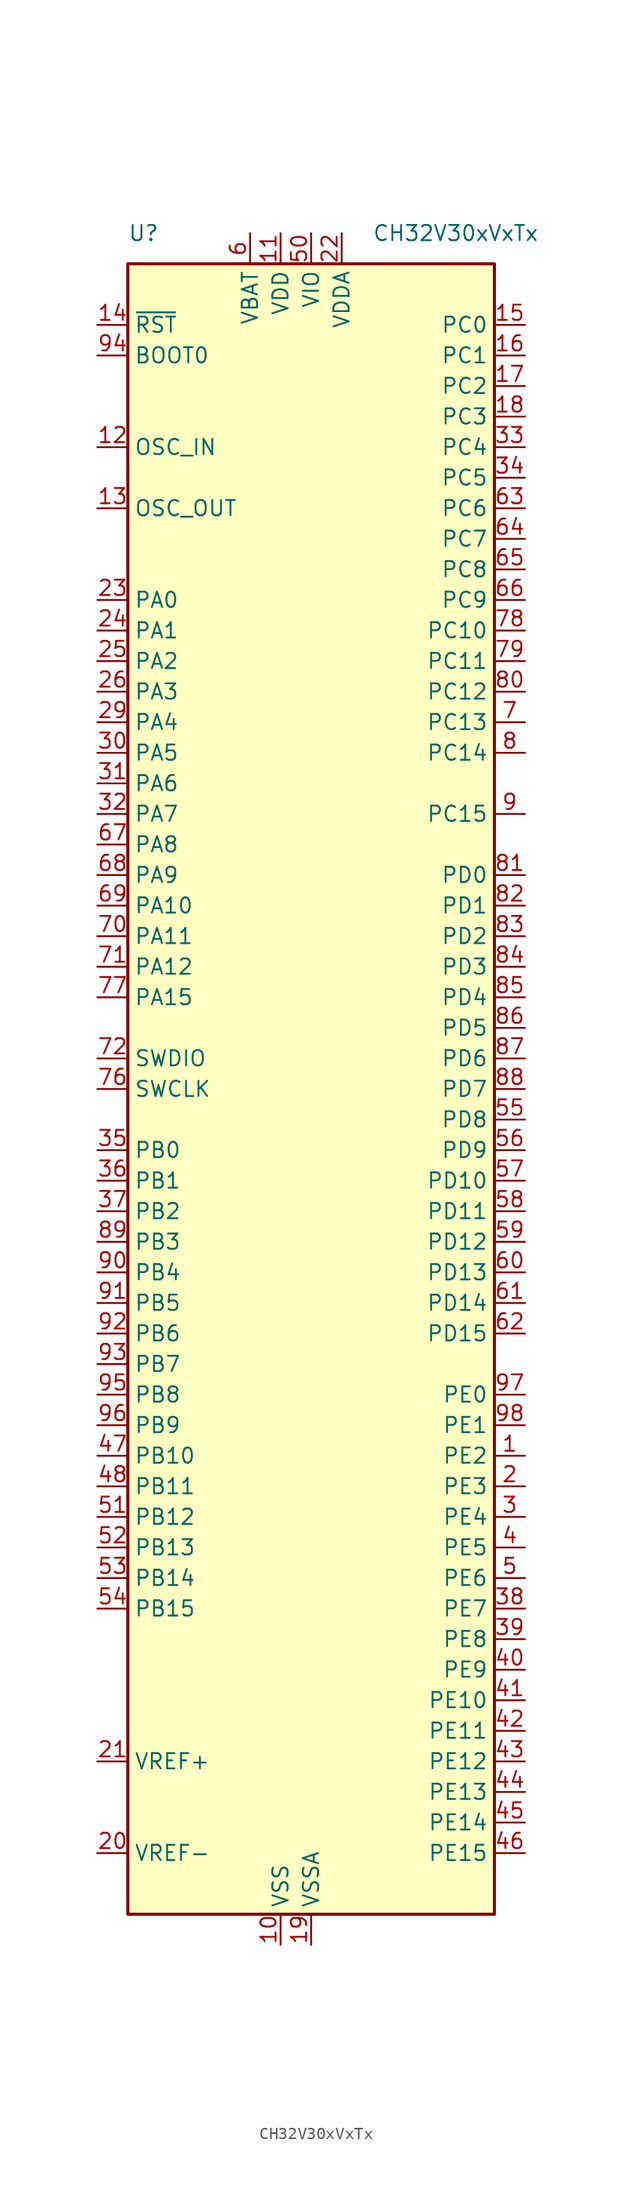
<source format=kicad_sym>
(kicad_symbol_lib
  (version 20241209)
  (generator "kicad_symbol_editor")
  (generator_version "9.0")
  (symbol "CH32V30xVxTx"
    (property "Reference" "U"
      (at -15.24 71.12 0)
      (effects (font (size 1.27 1.27)) (justify left)))
    (property "Value" "CH32V30xVxTx"
      (at 5.08 71.12 0)
      (effects (font (size 1.27 1.27)) (justify left)))
    (symbol "CH32V30xVxTx_0_0"
      (pin bidirectional line (at -17.78 53.34 0) (length 2.54) (name "OSC_IN" (effects (font (size 1.27 1.27)))) (number "12" (effects (font (size 1.27 1.27)))))
      (pin bidirectional line (at -17.78 48.26 0) (length 2.54) (name "OSC_OUT" (effects (font (size 1.27 1.27)))) (number "13" (effects (font (size 1.27 1.27)))))
      (pin input line (at -17.78 -55.88 0) (length 2.54) (name "VREF+" (effects (font (size 1.27 1.27)))) (number "21" (effects (font (size 1.27 1.27)))))
      (pin input line (at -17.78 -63.5 0) (length 2.54) (name "VREF-" (effects (font (size 1.27 1.27)))) (number "20" (effects (font (size 1.27 1.27)))))
      (pin power_in line (at -5.08 71.12 270) (length 2.54) (name "VBAT" (effects (font (size 1.27 1.27)))) (number "6" (effects (font (size 1.27 1.27)))))
      (pin power_in line (at -2.54 71.12 270) (length 2.54) (name "VDD" (effects (font (size 1.27 1.27)))) (number "11" (effects (font (size 1.27 1.27)))))
      (pin power_in line (at -2.54 -71.12 90) (length 2.54) (name "VSS" (effects (font (size 1.27 1.27)))) (number "10" (effects (font (size 1.27 1.27)))))
      (pin power_in line (at 0 71.12 270) (length 2.54) (name "VIO" (effects (font (size 1.27 1.27)))) (number "50" (effects (font (size 1.27 1.27)))))
      (pin power_in line (at 0 -71.12 90) (length 2.54) (name "VSSA" (effects (font (size 1.27 1.27)))) (number "19" (effects (font (size 1.27 1.27)))))
      (pin power_in line (at 2.54 71.12 270) (length 2.54) (name "VDDA" (effects (font (size 1.27 1.27)))) (number "22" (effects (font (size 1.27 1.27))))))
    (symbol "CH32V30xVxTx_1_0"
      (pin input line (at -17.78 63.5 0) (length 2.54) (name "~{RST}" (effects (font (size 1.27 1.27)))) (number "14" (effects (font (size 1.27 1.27)))))
      (pin input line (at -17.78 60.96 0) (length 2.54) (name "BOOT0" (effects (font (size 1.27 1.27)))) (number "94" (effects (font (size 1.27 1.27)))))
      (pin no_connect line (at -17.78 58.42 0) (length 2.54) (hide yes) (name "NC" (effects (font (size 1.27 1.27)))) (number "73" (effects (font (size 1.27 1.27)))))
      (pin bidirectional line (at -17.78 40.64 0) (length 2.54) (name "PA0" (effects (font (size 1.27 1.27)))) (number "23" (effects (font (size 1.27 1.27)))) (alternate "ADC_IN0" bidirectional line) (alternate "ETH_MII_CRS_WKUP" bidirectional line) (alternate "ETH_RGMII_RXD2" bidirectional line) (alternate "OPA4_OUT0" bidirectional line) (alternate "TIM2_CH1_ETR" bidirectional line) (alternate "TIM2_CH1_ETR_2" bidirectional line) (alternate "TIM5_CH1" bidirectional line) (alternate "TIM8_ETR" bidirectional line) (alternate "TIM8_ETR_1" bidirectional line) (alternate "USART2_CTS" bidirectional line) (alternate "WKUP" bidirectional line))
      (pin bidirectional line (at -17.78 38.1 0) (length 2.54) (name "PA1" (effects (font (size 1.27 1.27)))) (number "24" (effects (font (size 1.27 1.27)))) (alternate "ADC_IN1" bidirectional line) (alternate "ETH_MII_RX_CLK" bidirectional line) (alternate "ETH_RGMII_RXD3" bidirectional line) (alternate "ETH_RMII_REF_CLK" bidirectional line) (alternate "OPA3_OUT0" bidirectional line) (alternate "TIM2_CH2" bidirectional line) (alternate "TIM2_CH2_2" bidirectional line) (alternate "TIM5_CH2" bidirectional line) (alternate "TIM9_BKIN_1" bidirectional line) (alternate "USART2_RTS" bidirectional line))
      (pin bidirectional line (at -17.78 35.56 0) (length 2.54) (name "PA2" (effects (font (size 1.27 1.27)))) (number "25" (effects (font (size 1.27 1.27)))) (alternate "ADC_IN2" bidirectional line) (alternate "ETH_MII_MDIO" bidirectional line) (alternate "ETH_RGMII_GTXC" bidirectional line) (alternate "ETH_RMII_MDIO" bidirectional line) (alternate "OPA2_OUT0" bidirectional line) (alternate "TIM2_CH3" bidirectional line) (alternate "TIM2_CH3_1" bidirectional line) (alternate "TIM5_CH3" bidirectional line) (alternate "TIM9_CH1" bidirectional line) (alternate "TIM9_CH1_ETR_1" bidirectional line) (alternate "TIM9_ETR" bidirectional line) (alternate "USART2_TX" bidirectional line))
      (pin bidirectional line (at -17.78 33.02 0) (length 2.54) (name "PA3" (effects (font (size 1.27 1.27)))) (number "26" (effects (font (size 1.27 1.27)))) (alternate "ETH_MII_COL" bidirectional line) (alternate "ETH_RGMII_TXEN" bidirectional line) (alternate "OPA1_OUT0" bidirectional line) (alternate "TIM2_CH4" bidirectional line) (alternate "TIM2_CH4_1" bidirectional line) (alternate "TIM5_CH4" bidirectional line) (alternate "TIM9_CH2" bidirectional line) (alternate "TIM9_CH2_1" bidirectional line) (alternate "USART2_RX" bidirectional line))
      (pin bidirectional line (at -17.78 30.48 0) (length 2.54) (name "PA4" (effects (font (size 1.27 1.27)))) (number "29" (effects (font (size 1.27 1.27)))) (alternate "ADC_IN4" bidirectional line) (alternate "DAC_OUT1" bidirectional line) (alternate "DVP_HSYNC" bidirectional line) (alternate "I2S3_WS" bidirectional line) (alternate "SPI1_NSS" bidirectional line) (alternate "SPI3_NSS" bidirectional line) (alternate "TIM9_CH3" bidirectional line) (alternate "TIM9_CH3_1" bidirectional line) (alternate "USART2_CK" bidirectional line))
      (pin bidirectional line (at -17.78 27.94 0) (length 2.54) (name "PA5" (effects (font (size 1.27 1.27)))) (number "30" (effects (font (size 1.27 1.27)))) (alternate "ADC_IN5" bidirectional line) (alternate "DAC_OUT2" bidirectional line) (alternate "DVP_VSYNC" bidirectional line) (alternate "OPA2_CH1N" bidirectional line) (alternate "SPI1_SCK" bidirectional line) (alternate "TIM10_CH1N_1" bidirectional line) (alternate "USART1_CK_3" bidirectional line) (alternate "USART1_CTS_2" bidirectional line))
      (pin bidirectional line (at -17.78 25.4 0) (length 2.54) (name "PA6" (effects (font (size 1.27 1.27)))) (number "31" (effects (font (size 1.27 1.27)))) (alternate "ADC_IN6" bidirectional line) (alternate "DVP_PCLK" bidirectional line) (alternate "OPA1_CH1N" bidirectional line) (alternate "SPI1_MISO" bidirectional line) (alternate "TIM10_CH2N_1" bidirectional line) (alternate "TIM1_BKIN_1" bidirectional line) (alternate "TIM3_CH1" bidirectional line) (alternate "TIM8_BKIN" bidirectional line) (alternate "UART7_TX_1" bidirectional line) (alternate "USART1_TX_3" bidirectional line))
      (pin bidirectional line (at -17.78 22.86 0) (length 2.54) (name "PA7" (effects (font (size 1.27 1.27)))) (number "32" (effects (font (size 1.27 1.27)))) (alternate "ADC_IN7" bidirectional line) (alternate "ETH_MII_RX_DV" bidirectional line) (alternate "ETH_RGMII_TXD0" bidirectional line) (alternate "ETH_RMII_CRS_DV" bidirectional line) (alternate "OPA2_CH1P" bidirectional line) (alternate "SPI1_MOSI" bidirectional line) (alternate "TIM10_CH3N_1" bidirectional line) (alternate "TIM1_CH1N_1" bidirectional line) (alternate "TIM3_CH2" bidirectional line) (alternate "TIM8_CH1N" bidirectional line) (alternate "UART7_RX_1" bidirectional line) (alternate "USART1_RX_3" bidirectional line))
      (pin bidirectional line (at -17.78 20.32 0) (length 2.54) (name "PA8" (effects (font (size 1.27 1.27)))) (number "67" (effects (font (size 1.27 1.27)))) (alternate "MCO" bidirectional line) (alternate "TIM1_CH1" bidirectional line) (alternate "TIM1_CH1_1" bidirectional line) (alternate "USART1_CK" bidirectional line) (alternate "USART1_CK_1" bidirectional line) (alternate "USART1_RX_2" bidirectional line))
      (pin bidirectional line (at -17.78 17.78 0) (length 2.54) (name "PA9" (effects (font (size 1.27 1.27)))) (number "68" (effects (font (size 1.27 1.27)))) (alternate "DVP_D0" bidirectional line) (alternate "OTG_FS_VBUS" bidirectional line) (alternate "TIM1_CH2" bidirectional line) (alternate "TIM1_CH2_1" bidirectional line) (alternate "USART1_RTS_2" bidirectional line) (alternate "USART1_TX" bidirectional line))
      (pin bidirectional line (at -17.78 15.24 0) (length 2.54) (name "PA10" (effects (font (size 1.27 1.27)))) (number "69" (effects (font (size 1.27 1.27)))) (alternate "DVP_D1" bidirectional line) (alternate "OTG_FS_ID" bidirectional line) (alternate "TIM1_CH3" bidirectional line) (alternate "TIM1_CH3_1" bidirectional line) (alternate "USART1_CK_2" bidirectional line) (alternate "USART1_RX" bidirectional line))
      (pin bidirectional line (at -17.78 12.7 0) (length 2.54) (name "PA11" (effects (font (size 1.27 1.27)))) (number "70" (effects (font (size 1.27 1.27)))) (alternate "CAN1_RX" bidirectional line) (alternate "OTG_FS_DM" bidirectional line) (alternate "TIM1_CH4" bidirectional line) (alternate "TIM1_CH4_1" bidirectional line) (alternate "USART1_CTS" bidirectional line) (alternate "USART1_CTS_1" bidirectional line))
      (pin bidirectional line (at -17.78 10.16 0) (length 2.54) (name "PA12" (effects (font (size 1.27 1.27)))) (number "71" (effects (font (size 1.27 1.27)))) (alternate "CAN1_TX" bidirectional line) (alternate "OTG_FS_DP" bidirectional line) (alternate "TIM10_CH1N" bidirectional line) (alternate "TIM1_ETR" bidirectional line) (alternate "TIM1_ETR_1" bidirectional line) (alternate "USART1_RTS" bidirectional line) (alternate "USART1_RTS_1" bidirectional line))
      (pin bidirectional line (at -17.78 7.62 0) (length 2.54) (name "PA15" (effects (font (size 1.27 1.27)))) (number "77" (effects (font (size 1.27 1.27)))) (alternate "I2S3_WS" bidirectional line) (alternate "SPI1_NSS" bidirectional line) (alternate "SPI3_NSS" bidirectional line) (alternate "TIM2_CH1_ETR_1" bidirectional line) (alternate "TIM2_CH1_ETR_3" bidirectional line) (alternate "TIM8_CH3N_1" bidirectional line) (alternate "UART8_RX_1" bidirectional line))
      (pin bidirectional line (at -17.78 2.54 0) (length 2.54) (name "SWDIO" (effects (font (size 1.27 1.27)))) (number "72" (effects (font (size 1.27 1.27)))) (alternate "PA13" bidirectional line) (alternate "TIM10_CH2N" bidirectional line) (alternate "TIM8_CH1N_1" bidirectional line) (alternate "USART3_TX_2" bidirectional line))
      (pin bidirectional line (at -17.78 0 0) (length 2.54) (name "SWCLK" (effects (font (size 1.27 1.27)))) (number "76" (effects (font (size 1.27 1.27)))) (alternate "PA14" bidirectional line) (alternate "TIM10_CH3N" bidirectional line) (alternate "TIM8_CH2N_1" bidirectional line) (alternate "UART8_TX_1" bidirectional line) (alternate "USART3_RX_2" bidirectional line))
      (pin bidirectional line (at -17.78 -5.08 0) (length 2.54) (name "PB0" (effects (font (size 1.27 1.27)))) (number "35" (effects (font (size 1.27 1.27)))) (alternate "ADC_IN8" bidirectional line) (alternate "ETH_MII_RXD2" bidirectional line) (alternate "ETH_RGMII_TXD3" bidirectional line) (alternate "OPA_CH1P" bidirectional line) (alternate "TIM1_CH2N_1" bidirectional line) (alternate "TIM3_CH3" bidirectional line) (alternate "TIM3_CH3_2" bidirectional line) (alternate "TIM8_CH2N" bidirectional line) (alternate "TIM9_CH1N_1" bidirectional line) (alternate "UART4_TX_1" bidirectional line))
      (pin bidirectional line (at -17.78 -7.62 0) (length 2.54) (name "PB1" (effects (font (size 1.27 1.27)))) (number "36" (effects (font (size 1.27 1.27)))) (alternate "ADC_IN9" bidirectional line) (alternate "ETH_MII_RXD3" bidirectional line) (alternate "ETH_RGMII_125IN" bidirectional line) (alternate "OPA4_CH0N" bidirectional line) (alternate "TIM1_CH3N_1" bidirectional line) (alternate "TIM3_CH4" bidirectional line) (alternate "TIM3_CH4_2" bidirectional line) (alternate "TIM8_CH3N" bidirectional line) (alternate "TIM9_CH2N_1" bidirectional line) (alternate "UART4_RX_1" bidirectional line))
      (pin bidirectional line (at -17.78 -10.16 0) (length 2.54) (name "PB2" (effects (font (size 1.27 1.27)))) (number "37" (effects (font (size 1.27 1.27)))) (alternate "BOOT1" bidirectional line) (alternate "OPA3_CH0N" bidirectional line) (alternate "TIM9_CH3N_1" bidirectional line))
      (pin bidirectional line (at -17.78 -12.7 0) (length 2.54) (name "PB3" (effects (font (size 1.27 1.27)))) (number "89" (effects (font (size 1.27 1.27)))) (alternate "DVP_D5" bidirectional line) (alternate "I2S3_CK" bidirectional line) (alternate "SPI1_SCK" bidirectional line) (alternate "SPI3_SCK" bidirectional line) (alternate "TIM10_CH1_1" bidirectional line) (alternate "TIM2_CH2_1" bidirectional line) (alternate "TIM2_CH2_3" bidirectional line))
      (pin bidirectional line (at -17.78 -15.24 0) (length 2.54) (name "PB4" (effects (font (size 1.27 1.27)))) (number "90" (effects (font (size 1.27 1.27)))) (alternate "SPI1_MISO" bidirectional line) (alternate "SPI3_MISO" bidirectional line) (alternate "TIM10_CH2_1" bidirectional line) (alternate "TIM3_CH1_2" bidirectional line) (alternate "UART5_TX_1" bidirectional line))
      (pin bidirectional line (at -17.78 -17.78 0) (length 2.54) (name "PB5" (effects (font (size 1.27 1.27)))) (number "91" (effects (font (size 1.27 1.27)))) (alternate "CAN2_RX" bidirectional line) (alternate "ETH_MII_PPS_OUT" bidirectional line) (alternate "ETH_RMII_PPS_OUT" bidirectional line) (alternate "I2C1_SMBA" bidirectional line) (alternate "I2S3_SD" bidirectional line) (alternate "SPI1_MOSI" bidirectional line) (alternate "SPI3_MOSI" bidirectional line) (alternate "TIM10_CH3_1" bidirectional line) (alternate "TIM3_CH2_2" bidirectional line) (alternate "UART5_RX_1" bidirectional line))
      (pin bidirectional line (at -17.78 -20.32 0) (length 2.54) (name "PB6" (effects (font (size 1.27 1.27)))) (number "92" (effects (font (size 1.27 1.27)))) (alternate "CAN2_TX" bidirectional line) (alternate "DVP_D5" bidirectional line) (alternate "I2C1_SCL" bidirectional line) (alternate "TIM4_CH1" bidirectional line) (alternate "TIM8_CH1_1" bidirectional line) (alternate "USART1_TX_1" bidirectional line) (alternate "USBFS_DM" bidirectional line) (alternate "USBHS_DM" bidirectional line))
      (pin bidirectional line (at -17.78 -22.86 0) (length 2.54) (name "PB7" (effects (font (size 1.27 1.27)))) (number "93" (effects (font (size 1.27 1.27)))) (alternate "FSMC_NADV" bidirectional line) (alternate "I2C1_SDA" bidirectional line) (alternate "TIM4_CH2" bidirectional line) (alternate "TIM8_CH2_1" bidirectional line) (alternate "USART1_RX_1" bidirectional line) (alternate "USBFS_DP" bidirectional line) (alternate "USBHS_DP" bidirectional line))
      (pin bidirectional line (at -17.78 -25.4 0) (length 2.54) (name "PB8" (effects (font (size 1.27 1.27)))) (number "95" (effects (font (size 1.27 1.27)))) (alternate "CAN1_RX" bidirectional line) (alternate "DVP_D6" bidirectional line) (alternate "ETH_MII_TXD3" bidirectional line) (alternate "I2C1_SCL" bidirectional line) (alternate "SDIO_D4" bidirectional line) (alternate "TIM10_CH1" bidirectional line) (alternate "TIM4_CH3" bidirectional line) (alternate "TIM8_CH3_1" bidirectional line) (alternate "UART6_TX_1" bidirectional line))
      (pin bidirectional line (at -17.78 -27.94 0) (length 2.54) (name "PB9" (effects (font (size 1.27 1.27)))) (number "96" (effects (font (size 1.27 1.27)))) (alternate "CAN1_TX" bidirectional line) (alternate "DVP_D7" bidirectional line) (alternate "I2C1_SDA" bidirectional line) (alternate "SDIO_D5" bidirectional line) (alternate "TIM10_CH2" bidirectional line) (alternate "TIM1_CH4" bidirectional line) (alternate "TIM8_BKIN_1" bidirectional line) (alternate "UART6_RX_1" bidirectional line))
      (pin bidirectional line (at -17.78 -30.48 0) (length 2.54) (name "PB10" (effects (font (size 1.27 1.27)))) (number "47" (effects (font (size 1.27 1.27)))) (alternate "ETH_MII_RX_ER" bidirectional line) (alternate "I2C2_SCL" bidirectional line) (alternate "OPA2_CH0N" bidirectional line) (alternate "TIM10_BKIN_1" bidirectional line) (alternate "TIM2_CH3_2" bidirectional line) (alternate "TIM2_CH3_3" bidirectional line) (alternate "USART3_TX" bidirectional line))
      (pin bidirectional line (at -17.78 -33.02 0) (length 2.54) (name "PB11" (effects (font (size 1.27 1.27)))) (number "48" (effects (font (size 1.27 1.27)))) (alternate "ETH_MII_TX_EN" bidirectional line) (alternate "ETH_RMII_TX_EN" bidirectional line) (alternate "I2C2_SDA" bidirectional line) (alternate "OPA1_CH0N" bidirectional line) (alternate "TIM10_ETR_1" bidirectional line) (alternate "TIM2_CH4_2" bidirectional line) (alternate "TIM2_CH4_3" bidirectional line) (alternate "USART3_RX" bidirectional line))
      (pin bidirectional line (at -17.78 -35.56 0) (length 2.54) (name "PB12" (effects (font (size 1.27 1.27)))) (number "51" (effects (font (size 1.27 1.27)))) (alternate "CAN2_RX" bidirectional line) (alternate "ETH_MII_TXD0" bidirectional line) (alternate "ETH_RMII_TXD0" bidirectional line) (alternate "I2C2_SMBA" bidirectional line) (alternate "I2S2_WS" bidirectional line) (alternate "OPA4_CH0P" bidirectional line) (alternate "SPI2_NSS" bidirectional line) (alternate "TIM1_BKIN" bidirectional line) (alternate "USART3_CX" bidirectional line))
      (pin bidirectional line (at -17.78 -38.1 0) (length 2.54) (name "PB13" (effects (font (size 1.27 1.27)))) (number "52" (effects (font (size 1.27 1.27)))) (alternate "CAN2_TX" bidirectional line) (alternate "ETH_MII_TXD1" bidirectional line) (alternate "ETH_RMII_TXD1" bidirectional line) (alternate "I2S2_CK" bidirectional line) (alternate "OPA3_CH0P" bidirectional line) (alternate "SPI2_SCK" bidirectional line) (alternate "TIM1_CH1N" bidirectional line) (alternate "USART3_CTS" bidirectional line) (alternate "USART3_CTS_1" bidirectional line))
      (pin bidirectional line (at -17.78 -40.64 0) (length 2.54) (name "PB14" (effects (font (size 1.27 1.27)))) (number "53" (effects (font (size 1.27 1.27)))) (alternate "OPA2_CH0P" bidirectional line) (alternate "SDIO_D0" bidirectional line) (alternate "SPI2_MISO" bidirectional line) (alternate "TIM1_CH2N" bidirectional line) (alternate "USART3_RTS" bidirectional line) (alternate "USART3_RTS_1" bidirectional line))
      (pin bidirectional line (at -17.78 -43.18 0) (length 2.54) (name "PB15" (effects (font (size 1.27 1.27)))) (number "54" (effects (font (size 1.27 1.27)))) (alternate "I2S2_SD" bidirectional line) (alternate "OPA1_CH0P" bidirectional line) (alternate "SDIO_D1" bidirectional line) (alternate "SPI2_MOSI" bidirectional line) (alternate "TIM1_CH3N" bidirectional line) (alternate "USART1_TX_2" bidirectional line))
      (pin passive line (at -2.54 71.12 270) (length 2.54) (hide yes) (name "VDD" (effects (font (size 1.27 1.27)))) (number "28" (effects (font (size 1.27 1.27)))))
      (pin passive line (at -2.54 71.12 270) (length 2.54) (hide yes) (name "VDD" (effects (font (size 1.27 1.27)))) (number "75" (effects (font (size 1.27 1.27)))))
      (pin passive line (at -2.54 -71.12 90) (length 2.54) (hide yes) (name "VSS" (effects (font (size 1.27 1.27)))) (number "27" (effects (font (size 1.27 1.27)))))
      (pin passive line (at -2.54 -71.12 90) (length 2.54) (hide yes) (name "VSS" (effects (font (size 1.27 1.27)))) (number "49" (effects (font (size 1.27 1.27)))))
      (pin passive line (at -2.54 -71.12 90) (length 2.54) (hide yes) (name "VSS" (effects (font (size 1.27 1.27)))) (number "74" (effects (font (size 1.27 1.27)))))
      (pin passive line (at -2.54 -71.12 90) (length 2.54) (hide yes) (name "VSS" (effects (font (size 1.27 1.27)))) (number "99" (effects (font (size 1.27 1.27)))))
      (pin passive line (at 0 71.12 270) (length 5.08) (hide yes) (name "VIO" (effects (font (size 1.27 1.27)))) (number "100" (effects (font (size 1.27 1.27)))))
      (pin bidirectional line (at 17.78 63.5 180) (length 2.54) (name "PC0" (effects (font (size 1.27 1.27)))) (number "15" (effects (font (size 1.27 1.27)))) (alternate "ADC_IN10" bidirectional line) (alternate "ETH_RGMII_RXC" bidirectional line) (alternate "TIM9_CH1N" bidirectional line) (alternate "UART6_TX" bidirectional line))
      (pin bidirectional line (at 17.78 60.96 180) (length 2.54) (name "PC1" (effects (font (size 1.27 1.27)))) (number "16" (effects (font (size 1.27 1.27)))) (alternate "ADC_IN11" bidirectional line) (alternate "ETH_MII_MDC" bidirectional line) (alternate "ETH_RGMII_RXCTL" bidirectional line) (alternate "ETH_RMII_MDC" bidirectional line) (alternate "TIM9_CH2N" bidirectional line) (alternate "UART6_RX" bidirectional line))
      (pin bidirectional line (at 17.78 58.42 180) (length 2.54) (name "PC2" (effects (font (size 1.27 1.27)))) (number "17" (effects (font (size 1.27 1.27)))) (alternate "ADC_IN12" bidirectional line) (alternate "ETH_MII_TXD2" bidirectional line) (alternate "ETH_RGMII_RXD0" bidirectional line) (alternate "OPA3_CH1N" bidirectional line) (alternate "TIM9_CH3N" bidirectional line) (alternate "UART7_TX" bidirectional line))
      (pin bidirectional line (at 17.78 55.88 180) (length 2.54) (name "PC3" (effects (font (size 1.27 1.27)))) (number "18" (effects (font (size 1.27 1.27)))) (alternate "ADC_IN13" bidirectional line) (alternate "ETH_MII_TX_CLK" bidirectional line) (alternate "ETH_RGMII_RXD1" bidirectional line) (alternate "OPA4_CH1N" bidirectional line) (alternate "TIM10_CH3" bidirectional line) (alternate "UART7_RX" bidirectional line))
      (pin bidirectional line (at 17.78 53.34 180) (length 2.54) (name "PC4" (effects (font (size 1.27 1.27)))) (number "33" (effects (font (size 1.27 1.27)))) (alternate "ADC_IN14" bidirectional line) (alternate "ETH_MII_RXD0" bidirectional line) (alternate "ETH_RGMII_TXD1" bidirectional line) (alternate "ETH_RMII_RXD0" bidirectional line) (alternate "OPA4_CH1P" bidirectional line) (alternate "TIM9_CH4" bidirectional line) (alternate "UART8_TX" bidirectional line) (alternate "USART1_CTS_3" bidirectional line))
      (pin bidirectional line (at 17.78 50.8 180) (length 2.54) (name "PC5" (effects (font (size 1.27 1.27)))) (number "34" (effects (font (size 1.27 1.27)))) (alternate "ADC_IN15" bidirectional line) (alternate "ETH_MII_RXD1" bidirectional line) (alternate "ETH_RGMII_TXD2" bidirectional line) (alternate "ETH_RMII_RXD1" bidirectional line) (alternate "OPA3_CH1P" bidirectional line) (alternate "TIM9_BKIN" bidirectional line) (alternate "UART8_RX" bidirectional line) (alternate "USART1_RTS_3" bidirectional line))
      (pin bidirectional line (at 17.78 48.26 180) (length 2.54) (name "PC6" (effects (font (size 1.27 1.27)))) (number "63" (effects (font (size 1.27 1.27)))) (alternate "ETH_RXP" bidirectional line) (alternate "I2S2_MCK" bidirectional line) (alternate "SDIO_D6" bidirectional line) (alternate "TIM3_CH1_3" bidirectional line) (alternate "TIM8_CH1" bidirectional line))
      (pin bidirectional line (at 17.78 45.72 180) (length 2.54) (name "PC7" (effects (font (size 1.27 1.27)))) (number "64" (effects (font (size 1.27 1.27)))) (alternate "ETH_RXN" bidirectional line) (alternate "I2S3_MCK" bidirectional line) (alternate "SDIO_D7" bidirectional line) (alternate "TIM3_CH2_3" bidirectional line) (alternate "TIM8_CH2" bidirectional line))
      (pin bidirectional line (at 17.78 43.18 180) (length 2.54) (name "PC8" (effects (font (size 1.27 1.27)))) (number "65" (effects (font (size 1.27 1.27)))) (alternate "DVP_D2" bidirectional line) (alternate "ETH_TXP" bidirectional line) (alternate "SDIO_D0" bidirectional line) (alternate "TIM3_CH3_3" bidirectional line) (alternate "TIM8_CH3" bidirectional line))
      (pin bidirectional line (at 17.78 40.64 180) (length 2.54) (name "PC9" (effects (font (size 1.27 1.27)))) (number "66" (effects (font (size 1.27 1.27)))) (alternate "DVP_D3" bidirectional line) (alternate "ETH_TXN" bidirectional line) (alternate "SDIO_D1" bidirectional line) (alternate "TIM3_CH4_3" bidirectional line) (alternate "TIM8_CH4" bidirectional line))
      (pin bidirectional line (at 17.78 38.1 180) (length 2.54) (name "PC10" (effects (font (size 1.27 1.27)))) (number "78" (effects (font (size 1.27 1.27)))) (alternate "DVP_D8" bidirectional line) (alternate "I2S3_CK" bidirectional line) (alternate "SDIO_D2" bidirectional line) (alternate "SPI3_SCK" bidirectional line) (alternate "TIM10_ETR" bidirectional line) (alternate "UART4_TX" bidirectional line) (alternate "USART3_TX_1" bidirectional line))
      (pin bidirectional line (at 17.78 35.56 180) (length 2.54) (name "PC11" (effects (font (size 1.27 1.27)))) (number "79" (effects (font (size 1.27 1.27)))) (alternate "DVP_D4" bidirectional line) (alternate "SDIO_D3" bidirectional line) (alternate "SPI3_MISO" bidirectional line) (alternate "TIM10_CH4" bidirectional line) (alternate "UART4_RX" bidirectional line) (alternate "USART3_RX_1" bidirectional line))
      (pin bidirectional line (at 17.78 33.02 180) (length 2.54) (name "PC12" (effects (font (size 1.27 1.27)))) (number "80" (effects (font (size 1.27 1.27)))) (alternate "DVP_D9" bidirectional line) (alternate "I2S3_SD" bidirectional line) (alternate "SDIO_CK" bidirectional line) (alternate "SPI3_MOSI" bidirectional line) (alternate "TIM10_BKIN" bidirectional line) (alternate "UART5_TX" bidirectional line) (alternate "USART3_CK_1" bidirectional line))
      (pin bidirectional line (at 17.78 30.48 180) (length 2.54) (name "PC13" (effects (font (size 1.27 1.27)))) (number "7" (effects (font (size 1.27 1.27)))) (alternate "TAMPER-RTC" bidirectional line) (alternate "TIM8_CH4_1" bidirectional line))
      (pin bidirectional line (at 17.78 27.94 180) (length 2.54) (name "PC14" (effects (font (size 1.27 1.27)))) (number "8" (effects (font (size 1.27 1.27)))) (alternate "OSC32_IN" bidirectional line) (alternate "TIM9_CH4_1" bidirectional line))
      (pin bidirectional line (at 17.78 22.86 180) (length 2.54) (name "PC15" (effects (font (size 1.27 1.27)))) (number "9" (effects (font (size 1.27 1.27)))) (alternate "OSC32_OUT" bidirectional line) (alternate "TIM10_CH4_1" bidirectional line))
      (pin bidirectional line (at 17.78 17.78 180) (length 2.54) (name "PD0" (effects (font (size 1.27 1.27)))) (number "81" (effects (font (size 1.27 1.27)))) (alternate "CAN1_RX" bidirectional line) (alternate "FSMC_D2" bidirectional line) (alternate "TIM10_ETR_2" bidirectional line))
      (pin bidirectional line (at 17.78 15.24 180) (length 2.54) (name "PD1" (effects (font (size 1.27 1.27)))) (number "82" (effects (font (size 1.27 1.27)))) (alternate "CAN1_TX" bidirectional line) (alternate "FSMC_D3" bidirectional line) (alternate "TIM10_CH1_2" bidirectional line))
      (pin bidirectional line (at 17.78 12.7 180) (length 2.54) (name "PD2" (effects (font (size 1.27 1.27)))) (number "83" (effects (font (size 1.27 1.27)))) (alternate "DVP_D11" bidirectional line) (alternate "FSMC_NADV" bidirectional line) (alternate "SDIO_CMD" bidirectional line) (alternate "TIM3_ETR" bidirectional line) (alternate "TIM3_ETR_2" bidirectional line) (alternate "TIM3_ETR_3" bidirectional line) (alternate "UART5_RX" bidirectional line))
      (pin bidirectional line (at 17.78 10.16 180) (length 2.54) (name "PD3" (effects (font (size 1.27 1.27)))) (number "84" (effects (font (size 1.27 1.27)))) (alternate "FSMC_CLK" bidirectional line) (alternate "TIM10_CH2_2" bidirectional line) (alternate "USART2_CTS_1" bidirectional line))
      (pin bidirectional line (at 17.78 7.62 180) (length 2.54) (name "PD4" (effects (font (size 1.27 1.27)))) (number "85" (effects (font (size 1.27 1.27)))) (alternate "FSMC_NOE" bidirectional line) (alternate "USART2_RTS_1" bidirectional line))
      (pin bidirectional line (at 17.78 5.08 180) (length 2.54) (name "PD5" (effects (font (size 1.27 1.27)))) (number "86" (effects (font (size 1.27 1.27)))) (alternate "FSMC_NWE" bidirectional line) (alternate "TIM10_CH3_2" bidirectional line) (alternate "USART2_TX_1" bidirectional line))
      (pin bidirectional line (at 17.78 2.54 180) (length 2.54) (name "PD6" (effects (font (size 1.27 1.27)))) (number "87" (effects (font (size 1.27 1.27)))) (alternate "DVP_D10" bidirectional line) (alternate "FSMC_NWAIT" bidirectional line) (alternate "USART2_RX_1" bidirectional line))
      (pin bidirectional line (at 17.78 0 180) (length 2.54) (name "PD7" (effects (font (size 1.27 1.27)))) (number "88" (effects (font (size 1.27 1.27)))) (alternate "FSMC_NCE2" bidirectional line) (alternate "FSMC_NE1" bidirectional line) (alternate "TIM10_CH4_2" bidirectional line) (alternate "USART2_CK_1" bidirectional line))
      (pin bidirectional line (at 17.78 -2.54 180) (length 2.54) (name "PD8" (effects (font (size 1.27 1.27)))) (number "55" (effects (font (size 1.27 1.27)))) (alternate "ETH_MII_RX_DV" bidirectional line) (alternate "ETH_RMII_CRS_DV" bidirectional line) (alternate "FSMC_D13" bidirectional line) (alternate "TIM9_CH1N_2" bidirectional line) (alternate "USART3_TX_3" bidirectional line))
      (pin bidirectional line (at 17.78 -5.08 180) (length 2.54) (name "PD9" (effects (font (size 1.27 1.27)))) (number "56" (effects (font (size 1.27 1.27)))) (alternate "ETH_MII_RXD0" bidirectional line) (alternate "ETH_RMII_RXD0" bidirectional line) (alternate "FSMC_D14" bidirectional line) (alternate "TIM9_CH1_ETR_2" bidirectional line) (alternate "USART3_RX_3" bidirectional line))
      (pin bidirectional line (at 17.78 -7.62 180) (length 2.54) (name "PD10" (effects (font (size 1.27 1.27)))) (number "57" (effects (font (size 1.27 1.27)))) (alternate "ETH_MII_RXD1" bidirectional line) (alternate "ETH_RMII_RXD1" bidirectional line) (alternate "FSMC_D15" bidirectional line) (alternate "TIM9-CH2N_2" bidirectional line) (alternate "USART3_CK_2" bidirectional line) (alternate "USART3_CK_3" bidirectional line))
      (pin bidirectional line (at 17.78 -10.16 180) (length 2.54) (name "PD11" (effects (font (size 1.27 1.27)))) (number "58" (effects (font (size 1.27 1.27)))) (alternate "ETH_MII_RXD2" bidirectional line) (alternate "FSMC_A16" bidirectional line) (alternate "TIM9_CH2_2" bidirectional line) (alternate "USART3_CTS_2" bidirectional line) (alternate "USART3_CTS_3" bidirectional line))
      (pin bidirectional line (at 17.78 -12.7 180) (length 2.54) (name "PD12" (effects (font (size 1.27 1.27)))) (number "59" (effects (font (size 1.27 1.27)))) (alternate "ETH_MII_RXD3" bidirectional line) (alternate "FSMC_A17" bidirectional line) (alternate "TIM1_CH1_1" bidirectional line) (alternate "TIM9_CH3N_2" bidirectional line) (alternate "USART3_RTS_2" bidirectional line) (alternate "USART3_RTS_3" bidirectional line))
      (pin bidirectional line (at 17.78 -15.24 180) (length 2.54) (name "PD13" (effects (font (size 1.27 1.27)))) (number "60" (effects (font (size 1.27 1.27)))) (alternate "FSMC_A18" bidirectional line) (alternate "TIM4_CH2_1" bidirectional line) (alternate "TIM9_CH3_2" bidirectional line))
      (pin bidirectional line (at 17.78 -17.78 180) (length 2.54) (name "PD14" (effects (font (size 1.27 1.27)))) (number "61" (effects (font (size 1.27 1.27)))) (alternate "FSMC_D0" bidirectional line) (alternate "TIM4_CH3_1" bidirectional line) (alternate "TIM9_BKIN_2" bidirectional line))
      (pin bidirectional line (at 17.78 -20.32 180) (length 2.54) (name "PD15" (effects (font (size 1.27 1.27)))) (number "62" (effects (font (size 1.27 1.27)))) (alternate "FSMC_D1" bidirectional line) (alternate "TIM4_CH4_1" bidirectional line) (alternate "TIM9_CH4_2" bidirectional line))
      (pin bidirectional line (at 17.78 -25.4 180) (length 2.54) (name "PE0" (effects (font (size 1.27 1.27)))) (number "97" (effects (font (size 1.27 1.27)))) (alternate "FSMC_NBL0" bidirectional line) (alternate "TIM4_ETR" bidirectional line) (alternate "TIM4_ETR_1" bidirectional line) (alternate "UART4_TX_2" bidirectional line))
      (pin bidirectional line (at 17.78 -27.94 180) (length 2.54) (name "PE1" (effects (font (size 1.27 1.27)))) (number "98" (effects (font (size 1.27 1.27)))) (alternate "FSMC_NBL1" bidirectional line) (alternate "UART4_RX_2" bidirectional line))
      (pin bidirectional line (at 17.78 -30.48 180) (length 2.54) (name "PE2" (effects (font (size 1.27 1.27)))) (number "1" (effects (font (size 1.27 1.27)))) (alternate "FSMC_A23" bidirectional line) (alternate "TIM10_BKIN_2" bidirectional line))
      (pin bidirectional line (at 17.78 -33.02 180) (length 2.54) (name "PE3" (effects (font (size 1.27 1.27)))) (number "2" (effects (font (size 1.27 1.27)))) (alternate "FSMC_A19" bidirectional line) (alternate "TIM10_CH1N_2" bidirectional line))
      (pin bidirectional line (at 17.78 -35.56 180) (length 2.54) (name "PE4" (effects (font (size 1.27 1.27)))) (number "3" (effects (font (size 1.27 1.27)))) (alternate "FSMC_A20" bidirectional line) (alternate "TIM10_CH2N_2" bidirectional line))
      (pin bidirectional line (at 17.78 -38.1 180) (length 2.54) (name "PE5" (effects (font (size 1.27 1.27)))) (number "4" (effects (font (size 1.27 1.27)))) (alternate "FSMC_A21" bidirectional line) (alternate "TIM10_CH3N_2" bidirectional line))
      (pin bidirectional line (at 17.78 -40.64 180) (length 2.54) (name "PE6" (effects (font (size 1.27 1.27)))) (number "5" (effects (font (size 1.27 1.27)))) (alternate "FSMC_A22" bidirectional line))
      (pin bidirectional line (at 17.78 -43.18 180) (length 2.54) (name "PE7" (effects (font (size 1.27 1.27)))) (number "38" (effects (font (size 1.27 1.27)))) (alternate "FSMC_D4" bidirectional line) (alternate "OPA3_OUT1" bidirectional line) (alternate "TIM1_ETR_3" bidirectional line))
      (pin bidirectional line (at 17.78 -45.72 180) (length 2.54) (name "PE8" (effects (font (size 1.27 1.27)))) (number "39" (effects (font (size 1.27 1.27)))) (alternate "FSMC_D5" bidirectional line) (alternate "OPA4_OUT1" bidirectional line) (alternate "TIM1_CH1N_3" bidirectional line) (alternate "UART5_RX_2" bidirectional line))
      (pin bidirectional line (at 17.78 -48.26 180) (length 2.54) (name "PE9" (effects (font (size 1.27 1.27)))) (number "40" (effects (font (size 1.27 1.27)))) (alternate "FSMC_D6" bidirectional line) (alternate "TIM1_CH1_3" bidirectional line) (alternate "UART5_RX_2" bidirectional line))
      (pin bidirectional line (at 17.78 -50.8 180) (length 2.54) (name "PE10" (effects (font (size 1.27 1.27)))) (number "41" (effects (font (size 1.27 1.27)))) (alternate "FSMC_D7" bidirectional line) (alternate "TIM1_CH2N_3" bidirectional line) (alternate "UART6_TX_2" bidirectional line))
      (pin bidirectional line (at 17.78 -53.34 180) (length 2.54) (name "PE11" (effects (font (size 1.27 1.27)))) (number "42" (effects (font (size 1.27 1.27)))) (alternate "FSMC_D8" bidirectional line) (alternate "TIM1_CH2_3" bidirectional line) (alternate "UART6_RX_2" bidirectional line))
      (pin bidirectional line (at 17.78 -55.88 180) (length 2.54) (name "PE12" (effects (font (size 1.27 1.27)))) (number "43" (effects (font (size 1.27 1.27)))) (alternate "FSMC_D9" bidirectional line) (alternate "TIM1_CH3N_3" bidirectional line) (alternate "UART7_TX_2" bidirectional line))
      (pin bidirectional line (at 17.78 -58.42 180) (length 2.54) (name "PE13" (effects (font (size 1.27 1.27)))) (number "44" (effects (font (size 1.27 1.27)))) (alternate "FSMC_D10" bidirectional line) (alternate "TIM1_CH3_3" bidirectional line) (alternate "UART7_RX_2" bidirectional line))
      (pin bidirectional line (at 17.78 -60.96 180) (length 2.54) (name "PE14" (effects (font (size 1.27 1.27)))) (number "45" (effects (font (size 1.27 1.27)))) (alternate "FSMC_D11" bidirectional line) (alternate "OPA2_OUT1" bidirectional line) (alternate "TIM1_CH4_3" bidirectional line) (alternate "UART8_TX_2" bidirectional line))
      (pin bidirectional line (at 17.78 -63.5 180) (length 2.54) (name "PE15" (effects (font (size 1.27 1.27)))) (number "46" (effects (font (size 1.27 1.27)))) (alternate "FSMC_D12" bidirectional line) (alternate "OPA1_OUT1" bidirectional line) (alternate "TXM1_BKIN_3" bidirectional line) (alternate "UART8_RX_2" bidirectional line)))
    (symbol "CH32V30xVxTx_1_1"
      (rectangle (start -15.24 68.58) (end 15.24 -68.58) (stroke (width 0.254) (type default)) (fill (type background))))))
</source>
